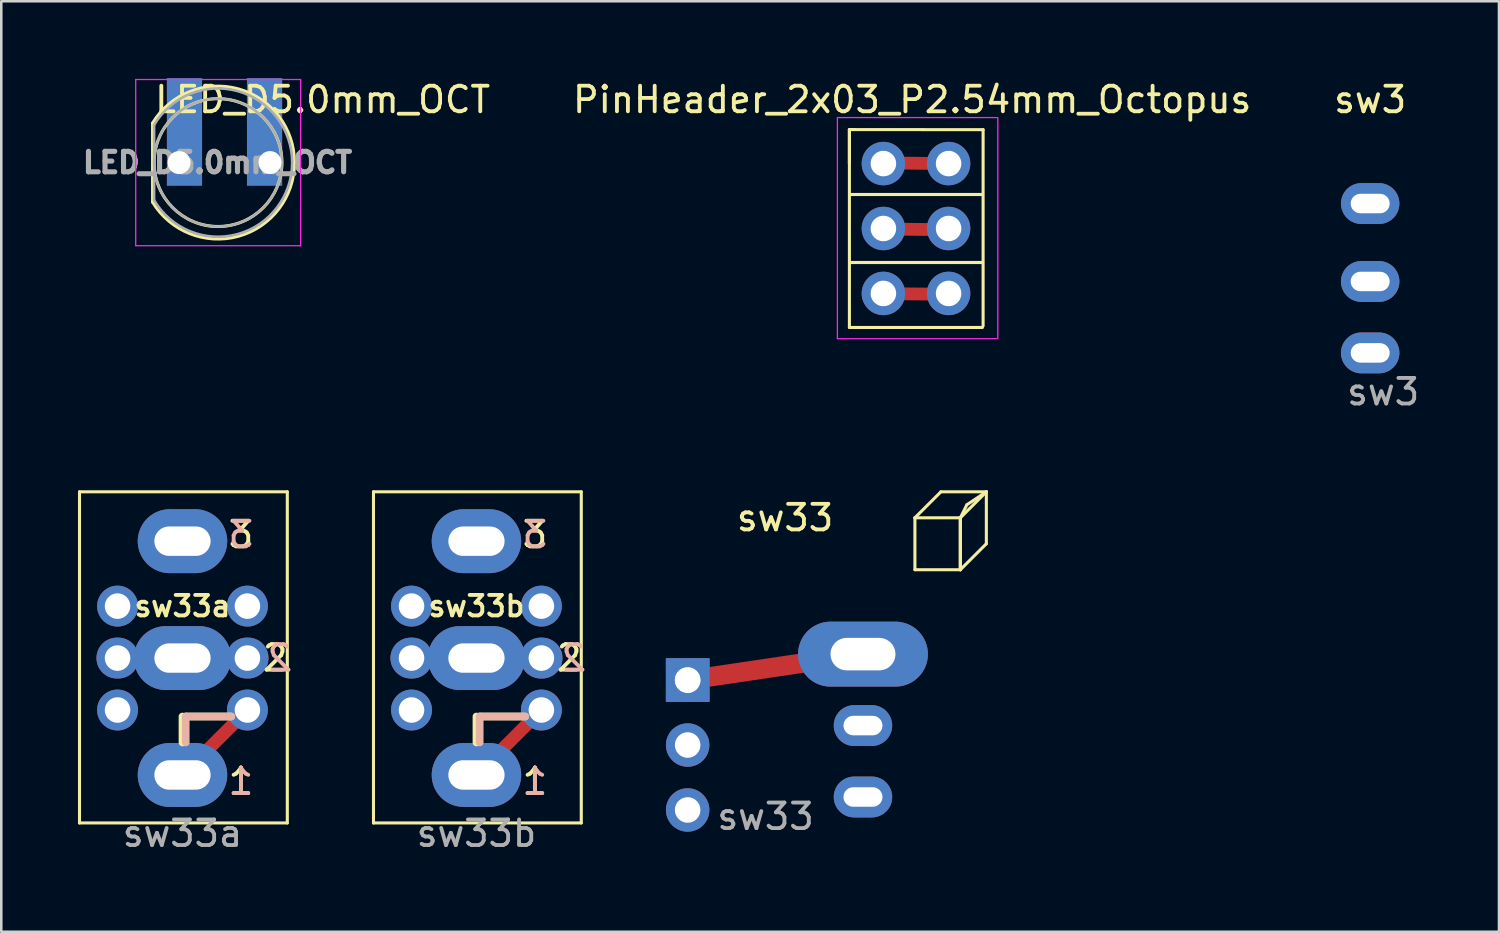
<source format=kicad_pcb>
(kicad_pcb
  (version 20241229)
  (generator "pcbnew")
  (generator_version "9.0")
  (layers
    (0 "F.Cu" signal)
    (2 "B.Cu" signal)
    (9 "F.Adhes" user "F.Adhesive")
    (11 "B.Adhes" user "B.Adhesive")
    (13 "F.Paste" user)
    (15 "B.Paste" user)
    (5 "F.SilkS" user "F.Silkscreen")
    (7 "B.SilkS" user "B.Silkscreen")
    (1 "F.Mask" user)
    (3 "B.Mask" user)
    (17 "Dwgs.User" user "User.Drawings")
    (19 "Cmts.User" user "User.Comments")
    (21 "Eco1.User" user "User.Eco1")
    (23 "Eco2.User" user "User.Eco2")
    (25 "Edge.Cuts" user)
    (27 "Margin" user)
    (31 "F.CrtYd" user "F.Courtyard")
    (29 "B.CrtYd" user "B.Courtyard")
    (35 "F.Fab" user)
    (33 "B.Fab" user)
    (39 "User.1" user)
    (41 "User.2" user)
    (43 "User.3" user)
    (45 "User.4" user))
  (footprint "sw33"
    (layer "F.Cu")
    (at 26.388 26.093)
    (property "Reference" "sw33" (at 1.27 -8.89 0) (unlocked yes) (layer "F.SilkS") (effects (font (size 1 1) (thickness 0.15))))
    (attr through_hole)
    (fp_line (start -2.54 -2.54) (end 4.318 -3.556) (stroke (width 0.762) (type solid)) (layer "F.Cu"))
    (fp_line (start 6.35 -8.89) (end 7.366 -9.906) (stroke (width 0.12) (type solid)) (layer "F.SilkS"))
    (fp_line (start 6.35 -8.89) (end 8.128 -8.89) (stroke (width 0.12) (type solid)) (layer "F.SilkS"))
    (fp_line (start 6.35 -6.858) (end 6.35 -8.89) (stroke (width 0.12) (type solid)) (layer "F.SilkS"))
    (fp_line (start 7.366 -9.906) (end 9.144 -9.906) (stroke (width 0.12) (type solid)) (layer "F.SilkS"))
    (fp_line (start 8.128 -8.89) (end 8.128 -6.858) (stroke (width 0.12) (type solid)) (layer "F.SilkS"))
    (fp_line (start 8.128 -8.89) (end 8.128 -6.858) (stroke (width 0.12) (type solid)) (layer "F.SilkS"))
    (fp_line (start 8.128 -8.89) (end 8.128 -6.858) (stroke (width 0.12) (type solid)) (layer "F.SilkS"))
    (fp_line (start 8.128 -6.858) (end 6.35 -6.858) (stroke (width 0.12) (type solid)) (layer "F.SilkS"))
    (fp_line (start 8.128 -6.858) (end 9.144 -7.874) (stroke (width 0.12) (type solid)) (layer "F.SilkS"))
    (fp_line (start 8.382 -9.398) (end 8.128 -8.89) (stroke (width 0.12) (type solid)) (layer "F.SilkS"))
    (fp_line (start 9.144 -9.906) (end 8.128 -8.89) (stroke (width 0.12) (type solid)) (layer "F.SilkS"))
    (fp_line (start 9.144 -9.906) (end 8.382 -9.398) (stroke (width 0.12) (type solid)) (layer "F.SilkS"))
    (fp_line (start 9.144 -7.874) (end 9.144 -9.906) (stroke (width 0.12) (type solid)) (layer "F.SilkS"))
    (fp_text user "${REFERENCE}" (at 0.508 2.794 0) (unlocked yes) (layer "F.Fab") (effects (font (size 1 1) (thickness 0.15))))
    (pad "1" thru_hole rect (at -2.54 -2.54) (size 1.7 1.7) (drill 1) (layers "*.Cu" "*.Mask"))
    (pad "1" thru_hole rect (at -2.54 -2.54) (size 1.7 1.7) (drill 1) (layers "*.Cu" "*.Mask"))
    (pad "1" thru_hole oval (at 4.318 -3.556) (size 5.08 2.54) (drill oval 2.54 1.27) (layers "*.Cu" "*.Mask"))
    (pad "2" thru_hole oval (at -2.54 0) (size 1.7 1.7) (drill 1) (layers "*.Cu" "*.Mask"))
    (pad "2" thru_hole oval (at 4.318 -0.762) (size 2.286 1.6) (drill oval 1.524 0.762) (layers "*.Cu" "*.Mask"))
    (pad "3" thru_hole oval (at -2.54 2.54) (size 1.7 1.7) (drill 1) (layers "*.Cu" "*.Mask"))
    (pad "3" thru_hole oval (at 4.318 2.032) (size 2.286 1.6) (drill oval 1.524 0.762) (layers "*.Cu" "*.Mask")))
  (footprint "PinHeader_2x03_P2.54mm_Octopus"
    (layer "F.Cu")
    (at 31.505 3.348)
    (property "Reference" "PinHeader_2x03_P2.54mm_Octopus" (at 1.125 -2.5 0) (layer "F.SilkS") (effects (font (size 1 1) (thickness 0.15))))
    (attr through_hole)
    (fp_line (start -0.025 5.088) (end 2.525 5.112) (stroke (width 0.5) (type solid)) (layer "F.Cu"))
    (fp_line (start 0.025 2.562) (end 2.575 2.587) (stroke (width 0.5) (type solid)) (layer "F.Cu"))
    (fp_line (start 0.05 -0.025) (end 2.6 0) (stroke (width 0.5) (type solid)) (layer "F.Cu"))
    (fp_line (start -1.33 -1.33) (end -1.33 6.41) (stroke (width 0.12) (type solid)) (layer "F.SilkS"))
    (fp_line (start -1.33 -1.33) (end 3.9 -1.325) (stroke (width 0.12) (type solid)) (layer "F.SilkS"))
    (fp_line (start -1.33 0) (end -1.33 -1.33) (stroke (width 0.12) (type solid)) (layer "F.SilkS"))
    (fp_line (start -1.33 6.41) (end 3.875 6.41) (stroke (width 0.12) (type solid)) (layer "F.SilkS"))
    (fp_line (start -1.27 1.21) (end 3.87 1.21) (stroke (width 0.12) (type solid)) (layer "F.SilkS"))
    (fp_line (start -1.27 3.87) (end 3.87 3.87) (stroke (width 0.12) (type solid)) (layer "F.SilkS"))
    (fp_line (start 3.9 6.35) (end 3.9 -1.325) (stroke (width 0.12) (type solid)) (layer "F.SilkS"))
    (fp_line (start -1.8 -1.8) (end -1.8 6.85) (stroke (width 0.05) (type solid)) (layer "F.CrtYd"))
    (fp_line (start -1.8 6.85) (end 4.425 6.85) (stroke (width 0.05) (type solid)) (layer "F.CrtYd"))
    (fp_line (start 4.45 -1.8) (end -1.8 -1.8) (stroke (width 0.05) (type solid)) (layer "F.CrtYd"))
    (fp_line (start 4.475 6.85) (end 4.475 -1.8) (stroke (width 0.05) (type solid)) (layer "F.CrtYd"))
    (pad "1" thru_hole circle (at 0 0) (size 1.7 1.7) (drill 1) (layers "*.Cu" "*.Mask"))
    (pad "1" thru_hole circle (at 2.55 0) (size 1.7 1.7) (drill 1) (layers "*.Cu" "*.Mask"))
    (pad "2" thru_hole oval (at 0 2.54) (size 1.7 1.7) (drill 1) (layers "*.Cu" "*.Mask"))
    (pad "2" thru_hole oval (at 2.55 2.54 90) (size 1.7 1.7) (drill 1) (layers "*.Cu" "*.Mask"))
    (pad "3" thru_hole oval (at 0 5.08) (size 1.7 1.7) (drill 1) (layers "*.Cu" "*.Mask"))
    (pad "3" thru_hole oval (at 2.55 5.08) (size 1.7 1.7) (drill 1) (layers "*.Cu" "*.Mask")))
  (footprint "sw33a"
    (layer "F.Cu")
    (at 4.088 22.691)
    (property "Reference" "sw33a" (at 0 -2.032 0) (unlocked yes) (layer "F.SilkS") (effects (font (size 0.8 0.8) (thickness 0.15))))
    (attr through_hole)
    (fp_line (start 0 4.572) (end 2.54 2.032) (stroke (width 0.5) (type solid)) (layer "F.Cu"))
    (fp_line (start -4.028 -6.504) (end 4.1 -6.504) (stroke (width 0.12) (type solid)) (layer "F.SilkS"))
    (fp_line (start -4.028 6.45) (end -4.028 -6.504) (stroke (width 0.12) (type solid)) (layer "F.SilkS"))
    (fp_line (start 0 2.286) (end 0 3.302) (stroke (width 0.3) (type solid)) (layer "F.SilkS"))
    (fp_line (start 0.127 2.286) (end 1.905 2.286) (stroke (width 0.3) (type solid)) (layer "F.SilkS"))
    (fp_line (start 4.1 -6.504) (end 4.1 6.45) (stroke (width 0.12) (type solid)) (layer "F.SilkS"))
    (fp_line (start 4.1 6.45) (end -4.028 6.45) (stroke (width 0.12) (type solid)) (layer "F.SilkS"))
    (fp_line (start 0.127 2.286) (end 0.127 3.302) (stroke (width 0.3) (type solid)) (layer "B.SilkS"))
    (fp_line (start 0.127 2.286) (end 1.905 2.286) (stroke (width 0.3) (type solid)) (layer "B.SilkS"))
    (fp_text user "3" (at 2.286 -4.826 0) (unlocked yes) (layer "F.SilkS") (effects (font (size 1 1) (thickness 0.15))))
    (fp_text user "2" (at 3.625 0 0) (unlocked yes) (layer "F.SilkS") (effects (font (size 1 1) (thickness 0.15))))
    (fp_text user "1" (at 2.286 4.826 0) (unlocked yes) (layer "F.SilkS") (effects (font (size 1 1) (thickness 0.15))))
    (fp_text user "2" (at 3.81 0 0) (unlocked yes) (layer "B.SilkS") (effects (font (size 1 1) (thickness 0.15)) (justify mirror)))
    (fp_text user "1" (at 2.286 4.826 0) (unlocked yes) (layer "B.SilkS") (effects (font (size 1 1) (thickness 0.15)) (justify mirror)))
    (fp_text user "3" (at 2.286 -4.826 0) (unlocked yes) (layer "B.SilkS") (effects (font (size 1 1) (thickness 0.15)) (justify mirror)))
    (fp_text user "${REFERENCE}" (at 0 6.858 0) (unlocked yes) (layer "F.Fab") (effects (font (size 1 1) (thickness 0.15))))
    (pad "1" thru_hole oval (at 0 4.572) (size 3.5 2.5) (drill oval 2.2 1.15) (layers "*.Cu" "*.Mask"))
    (pad "1" thru_hole oval (at 2.54 2.032) (size 1.6 1.6) (drill 1) (layers "*.Cu" "*.Mask"))
    (pad "2" thru_hole oval (at -2.54 0) (size 1.65 1.6) (drill 1) (layers "*.Cu" "*.Mask"))
    (pad "2" thru_hole oval (at 0 0) (size 3.8 2.5) (drill oval 2.2 1.15) (layers "*.Cu" "*.Mask"))
    (pad "2" thru_hole oval (at 2.54 0) (size 1.65 1.6) (drill 1) (layers "*.Cu" "*.Mask"))
    (pad "3" thru_hole oval (at -2.54 2.032) (size 1.6 1.6) (drill 1) (layers "*.Cu" "*.Mask"))
    (pad "3" thru_hole oval (at 0 -4.572) (size 3.5 2.5) (drill oval 2.2 1.15) (layers "*.Cu" "*.Mask"))
    (pad "3" thru_hole oval (at 2.54 -2.032) (size 1.6 1.6) (drill 1) (layers "*.Cu" "*.Mask"))
    (pad "NC" thru_hole oval (at -2.54 -2.032) (size 1.6 1.6) (drill 1) (layers "*.Cu" "*.Mask")))
  (footprint "sw3"
    (layer "F.Cu")
    (at 50.546 9.484)
    (property "Reference" "sw3" (at 0 -8.636 0) (unlocked yes) (layer "F.SilkS") (effects (font (size 1 1) (thickness 0.15))))
    (attr through_hole)
    (fp_text user "${REFERENCE}" (at 0.508 2.794 0) (unlocked yes) (layer "F.Fab") (effects (font (size 1 1) (thickness 0.15))))
    (pad "1" thru_hole oval (at 0 -4.572) (size 2.286 1.6) (drill oval 1.524 0.762) (layers "*.Cu" "*.Mask"))
    (pad "2" thru_hole oval (at 0 -1.524) (size 2.286 1.6) (drill oval 1.524 0.762) (layers "*.Cu" "*.Mask"))
    (pad "3" thru_hole oval (at 0 1.27) (size 2.286 1.6) (drill oval 1.524 0.762) (layers "*.Cu" "*.Mask")))
  (footprint "LED_D5.0mm_OCT"
    (layer "F.Cu")
    (at 4.208 3.31)
    (property "Reference" "LED_D5.0mm_OCT" (at 5.362 -2.462 0) (layer "F.SilkS") (effects (font (size 1 1) (thickness 0.15))))
    (attr through_hole)
    (fp_line (start -1.29 -1.545) (end -1.29 1.545) (stroke (width 0.12) (type solid)) (layer "F.SilkS"))
    (fp_arc (start -1.29 -1.54483) (mid 2.072002 -2.880433) (end 4.26 0.000462) (stroke (width 0.12) (type solid)) (layer "F.SilkS"))
    (fp_arc (start 4.26 -0.000462) (mid 2.072002 2.880433) (end -1.29 1.54483) (stroke (width 0.12) (type solid)) (layer "F.SilkS"))
    (fp_circle (center 1.27 0) (end 3.77 0) (stroke (width 0.12) (type solid)) (fill no) (layer "F.SilkS"))
    (fp_line (start -1.95 -3.25) (end -1.95 3.25) (stroke (width 0.05) (type solid)) (layer "F.CrtYd"))
    (fp_line (start -1.95 3.25) (end 4.5 3.25) (stroke (width 0.05) (type solid)) (layer "F.CrtYd"))
    (fp_line (start 4.5 -3.25) (end -1.95 -3.25) (stroke (width 0.05) (type solid)) (layer "F.CrtYd"))
    (fp_line (start 4.5 3.25) (end 4.5 -3.25) (stroke (width 0.05) (type solid)) (layer "F.CrtYd"))
    (fp_line (start -1.23 -1.47) (end -1.23 1.47) (stroke (width 0.1) (type solid)) (layer "F.Fab"))
    (fp_arc (start -1.23 -1.469694) (mid 4.17 0.000016) (end -1.230016 1.469666) (stroke (width 0.1) (type solid)) (layer "F.Fab"))
    (fp_circle (center 1.27 0) (end 3.77 0) (stroke (width 0.1) (type solid)) (fill no) (layer "F.Fab"))
    (fp_text user "${REFERENCE}" (at 1.25 0 0) (layer "F.Fab") (effects (font (size 0.8 0.8) (thickness 0.2))))
    (pad "1" thru_hole rect (at -0.254 0) (size 1.375 4.202) (drill 0.9 (offset 0.212 -1.201)) (layers "*.Cu" "*.Mask"))
    (pad "2" thru_hole rect (at 3.302 0) (size 1.375 4.202) (drill 0.9 (offset -0.212 -1.201)) (layers "*.Cu" "*.Mask")))
  (footprint "sw33b"
    (layer "F.Cu")
    (at 15.587 22.691)
    (property "Reference" "sw33b" (at 0 -2.032 0) (unlocked yes) (layer "F.SilkS") (effects (font (size 0.8 0.8) (thickness 0.15))))
    (attr through_hole)
    (fp_line (start 0 4.572) (end 2.54 2.032) (stroke (width 0.5) (type solid)) (layer "F.Cu"))
    (fp_line (start -4.028 -6.504) (end 4.1 -6.504) (stroke (width 0.12) (type solid)) (layer "F.SilkS"))
    (fp_line (start -4.028 6.45) (end -4.028 -6.504) (stroke (width 0.12) (type solid)) (layer "F.SilkS"))
    (fp_line (start 0 2.286) (end 0 3.302) (stroke (width 0.3) (type solid)) (layer "F.SilkS"))
    (fp_line (start 0.127 2.286) (end 1.905 2.286) (stroke (width 0.3) (type solid)) (layer "F.SilkS"))
    (fp_line (start 4.1 -6.504) (end 4.1 6.45) (stroke (width 0.12) (type solid)) (layer "F.SilkS"))
    (fp_line (start 4.1 6.45) (end -4.028 6.45) (stroke (width 0.12) (type solid)) (layer "F.SilkS"))
    (fp_line (start 0.127 2.286) (end 0.127 3.302) (stroke (width 0.3) (type solid)) (layer "B.SilkS"))
    (fp_line (start 0.127 2.286) (end 1.905 2.286) (stroke (width 0.3) (type solid)) (layer "B.SilkS"))
    (fp_text user "2" (at 3.625 0 0) (unlocked yes) (layer "F.SilkS") (effects (font (size 1 1) (thickness 0.15))))
    (fp_text user "1" (at 2.286 4.826 0) (unlocked yes) (layer "F.SilkS") (effects (font (size 1 1) (thickness 0.15))))
    (fp_text user "3" (at 2.286 -4.826 0) (unlocked yes) (layer "F.SilkS") (effects (font (size 1 1) (thickness 0.15))))
    (fp_text user "3" (at 2.286 -4.826 0) (unlocked yes) (layer "B.SilkS") (effects (font (size 1 1) (thickness 0.15)) (justify mirror)))
    (fp_text user "2" (at 3.81 0 0) (unlocked yes) (layer "B.SilkS") (effects (font (size 1 1) (thickness 0.15)) (justify mirror)))
    (fp_text user "1" (at 2.286 4.826 0) (unlocked yes) (layer "B.SilkS") (effects (font (size 1 1) (thickness 0.15)) (justify mirror)))
    (fp_text user "${REFERENCE}" (at 0 6.858 0) (unlocked yes) (layer "F.Fab") (effects (font (size 1 1) (thickness 0.15))))
    (pad "1" thru_hole oval (at -2.54 -2.032) (size 1.6 1.6) (drill 1) (layers "*.Cu" "*.Mask"))
    (pad "1" thru_hole oval (at 0 4.572) (size 3.5 2.5) (drill oval 2.2 1.15) (layers "*.Cu" "*.Mask"))
    (pad "1" thru_hole oval (at 2.54 2.032) (size 1.6 1.6) (drill 1) (layers "*.Cu" "*.Mask"))
    (pad "2" thru_hole oval (at -2.54 0) (size 1.65 1.6) (drill 1) (layers "*.Cu" "*.Mask"))
    (pad "2" thru_hole oval (at 0 0) (size 3.8 2.5) (drill oval 2.2 1.15) (layers "*.Cu" "*.Mask"))
    (pad "2" thru_hole oval (at 2.54 0) (size 1.65 1.6) (drill 1) (layers "*.Cu" "*.Mask"))
    (pad "3" thru_hole oval (at -2.54 2.032) (size 1.6 1.6) (drill 1) (layers "*.Cu" "*.Mask"))
    (pad "3" thru_hole oval (at 0 -4.572) (size 3.5 2.5) (drill oval 2.2 1.15) (layers "*.Cu" "*.Mask"))
    (pad "3" thru_hole oval (at 2.54 -2.032) (size 1.6 1.6) (drill 1) (layers "*.Cu" "*.Mask")))
  (gr_rect
    (start -3 -3)
    (end 55.584 33.397)
    (stroke (width 0.1) (type default))
    (fill no)
    (layer "Edge.Cuts")))
</source>
